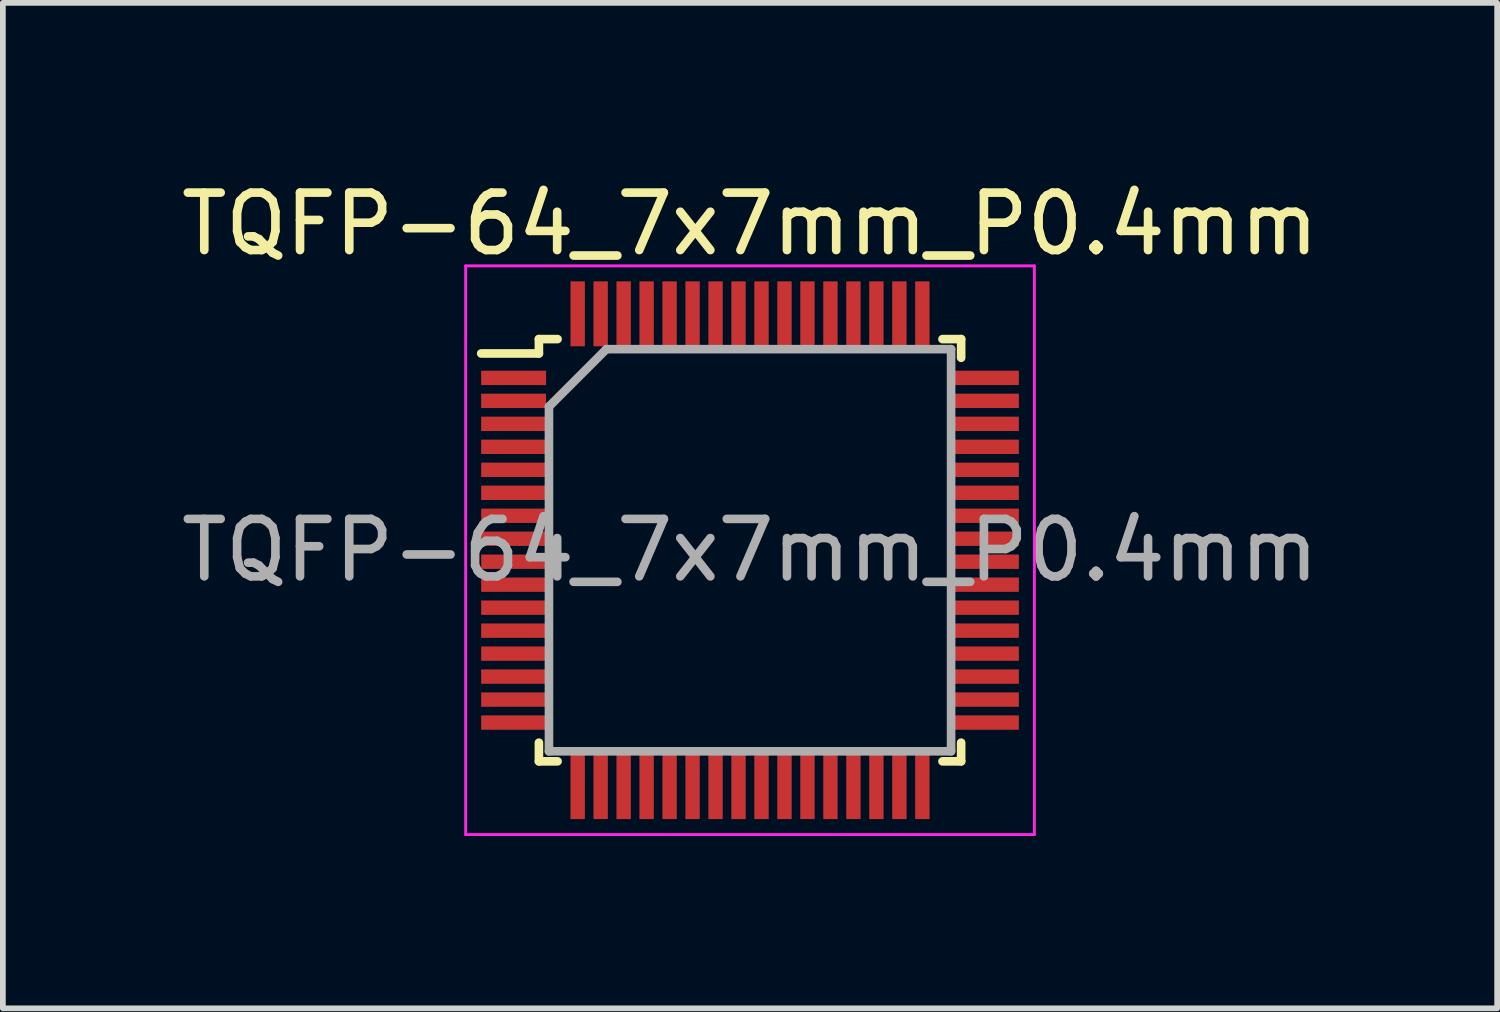
<source format=kicad_pcb>
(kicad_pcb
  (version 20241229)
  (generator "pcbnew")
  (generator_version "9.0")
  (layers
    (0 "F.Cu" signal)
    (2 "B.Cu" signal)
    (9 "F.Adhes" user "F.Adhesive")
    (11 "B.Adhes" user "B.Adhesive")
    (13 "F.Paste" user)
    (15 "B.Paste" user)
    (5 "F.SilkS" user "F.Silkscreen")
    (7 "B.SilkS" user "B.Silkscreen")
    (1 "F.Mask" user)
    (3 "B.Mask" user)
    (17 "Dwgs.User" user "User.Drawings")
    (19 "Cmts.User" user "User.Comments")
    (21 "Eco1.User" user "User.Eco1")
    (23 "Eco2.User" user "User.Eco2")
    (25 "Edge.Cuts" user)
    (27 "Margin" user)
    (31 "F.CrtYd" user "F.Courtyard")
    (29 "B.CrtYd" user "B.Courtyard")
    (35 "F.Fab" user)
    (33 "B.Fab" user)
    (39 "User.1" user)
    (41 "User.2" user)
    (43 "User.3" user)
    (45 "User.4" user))
  (footprint "TQFP-64_7x7mm_P0.4mm"
    (layer "F.Cu")
    (at 10.006 6.528)
    (property "Reference" "TQFP-64_7x7mm_P0.4mm" (at 0 -5.68 0) (layer "F.SilkS") (effects (font (size 1 1) (thickness 0.15))))
    (attr smd)
    (fp_line (start -3.675 -3.675) (end -3.675 -3.425) (stroke (width 0.15) (type solid)) (layer "F.SilkS"))
    (fp_line (start -3.675 -3.675) (end -3.35 -3.675) (stroke (width 0.15) (type solid)) (layer "F.SilkS"))
    (fp_line (start -3.675 -3.425) (end -4.68 -3.425) (stroke (width 0.15) (type solid)) (layer "F.SilkS"))
    (fp_line (start -3.675 3.675) (end -3.675 3.35) (stroke (width 0.15) (type solid)) (layer "F.SilkS"))
    (fp_line (start -3.675 3.675) (end -3.35 3.675) (stroke (width 0.15) (type solid)) (layer "F.SilkS"))
    (fp_line (start 3.675 -3.675) (end 3.35 -3.675) (stroke (width 0.15) (type solid)) (layer "F.SilkS"))
    (fp_line (start 3.675 -3.675) (end 3.675 -3.35) (stroke (width 0.15) (type solid)) (layer "F.SilkS"))
    (fp_line (start 3.675 3.675) (end 3.35 3.675) (stroke (width 0.15) (type solid)) (layer "F.SilkS"))
    (fp_line (start 3.675 3.675) (end 3.675 3.35) (stroke (width 0.15) (type solid)) (layer "F.SilkS"))
    (fp_line (start -4.95 -4.95) (end -4.95 4.95) (stroke (width 0.05) (type solid)) (layer "F.CrtYd"))
    (fp_line (start -4.95 -4.95) (end 4.95 -4.95) (stroke (width 0.05) (type solid)) (layer "F.CrtYd"))
    (fp_line (start -4.95 4.95) (end 4.95 4.95) (stroke (width 0.05) (type solid)) (layer "F.CrtYd"))
    (fp_line (start 4.95 -4.95) (end 4.95 4.95) (stroke (width 0.05) (type solid)) (layer "F.CrtYd"))
    (fp_line (start -3.5 -2.5) (end -2.5 -3.5) (stroke (width 0.15) (type solid)) (layer "F.Fab"))
    (fp_line (start -3.5 3.5) (end -3.5 -2.5) (stroke (width 0.15) (type solid)) (layer "F.Fab"))
    (fp_line (start -2.5 -3.5) (end 3.5 -3.5) (stroke (width 0.15) (type solid)) (layer "F.Fab"))
    (fp_line (start 3.5 -3.5) (end 3.5 3.5) (stroke (width 0.15) (type solid)) (layer "F.Fab"))
    (fp_line (start 3.5 3.5) (end -3.5 3.5) (stroke (width 0.15) (type solid)) (layer "F.Fab"))
    (fp_text user "${REFERENCE}" (at 0 0 0) (layer "F.Fab") (effects (font (size 1 1) (thickness 0.15))))
    (pad "1" smd rect (at -4.115 -3) (size 1.13 0.25) (layers "F.Cu" "F.Mask" "F.Paste"))
    (pad "2" smd rect (at -4.115 -2.6) (size 1.13 0.25) (layers "F.Cu" "F.Mask" "F.Paste"))
    (pad "3" smd rect (at -4.115 -2.2) (size 1.13 0.25) (layers "F.Cu" "F.Mask" "F.Paste"))
    (pad "4" smd rect (at -4.115 -1.8) (size 1.13 0.25) (layers "F.Cu" "F.Mask" "F.Paste"))
    (pad "5" smd rect (at -4.115 -1.4) (size 1.13 0.25) (layers "F.Cu" "F.Mask" "F.Paste"))
    (pad "6" smd rect (at -4.115 -1) (size 1.13 0.25) (layers "F.Cu" "F.Mask" "F.Paste"))
    (pad "7" smd rect (at -4.115 -0.6) (size 1.13 0.25) (layers "F.Cu" "F.Mask" "F.Paste"))
    (pad "8" smd rect (at -4.115 -0.2) (size 1.13 0.25) (layers "F.Cu" "F.Mask" "F.Paste"))
    (pad "9" smd rect (at -4.115 0.2) (size 1.13 0.25) (layers "F.Cu" "F.Mask" "F.Paste"))
    (pad "10" smd rect (at -4.115 0.6) (size 1.13 0.25) (layers "F.Cu" "F.Mask" "F.Paste"))
    (pad "11" smd rect (at -4.115 1) (size 1.13 0.25) (layers "F.Cu" "F.Mask" "F.Paste"))
    (pad "12" smd rect (at -4.115 1.4) (size 1.13 0.25) (layers "F.Cu" "F.Mask" "F.Paste"))
    (pad "13" smd rect (at -4.115 1.8) (size 1.13 0.25) (layers "F.Cu" "F.Mask" "F.Paste"))
    (pad "14" smd rect (at -4.115 2.2) (size 1.13 0.25) (layers "F.Cu" "F.Mask" "F.Paste"))
    (pad "15" smd rect (at -4.115 2.6) (size 1.13 0.25) (layers "F.Cu" "F.Mask" "F.Paste"))
    (pad "16" smd rect (at -4.115 3) (size 1.13 0.25) (layers "F.Cu" "F.Mask" "F.Paste"))
    (pad "17" smd rect (at -3 4.115 90) (size 1.13 0.25) (layers "F.Cu" "F.Mask" "F.Paste"))
    (pad "18" smd rect (at -2.6 4.115 90) (size 1.13 0.25) (layers "F.Cu" "F.Mask" "F.Paste"))
    (pad "19" smd rect (at -2.2 4.115 90) (size 1.13 0.25) (layers "F.Cu" "F.Mask" "F.Paste"))
    (pad "20" smd rect (at -1.8 4.115 90) (size 1.13 0.25) (layers "F.Cu" "F.Mask" "F.Paste"))
    (pad "21" smd rect (at -1.4 4.115 90) (size 1.13 0.25) (layers "F.Cu" "F.Mask" "F.Paste"))
    (pad "22" smd rect (at -1 4.115 90) (size 1.13 0.25) (layers "F.Cu" "F.Mask" "F.Paste"))
    (pad "23" smd rect (at -0.6 4.115 90) (size 1.13 0.25) (layers "F.Cu" "F.Mask" "F.Paste"))
    (pad "24" smd rect (at -0.2 4.115 90) (size 1.13 0.25) (layers "F.Cu" "F.Mask" "F.Paste"))
    (pad "25" smd rect (at 0.2 4.115 90) (size 1.13 0.25) (layers "F.Cu" "F.Mask" "F.Paste"))
    (pad "26" smd rect (at 0.6 4.115 90) (size 1.13 0.25) (layers "F.Cu" "F.Mask" "F.Paste"))
    (pad "27" smd rect (at 1 4.115 90) (size 1.13 0.25) (layers "F.Cu" "F.Mask" "F.Paste"))
    (pad "28" smd rect (at 1.4 4.115 90) (size 1.13 0.25) (layers "F.Cu" "F.Mask" "F.Paste"))
    (pad "29" smd rect (at 1.8 4.115 90) (size 1.13 0.25) (layers "F.Cu" "F.Mask" "F.Paste"))
    (pad "30" smd rect (at 2.2 4.115 90) (size 1.13 0.25) (layers "F.Cu" "F.Mask" "F.Paste"))
    (pad "31" smd rect (at 2.6 4.115 90) (size 1.13 0.25) (layers "F.Cu" "F.Mask" "F.Paste"))
    (pad "32" smd rect (at 3 4.115 90) (size 1.13 0.25) (layers "F.Cu" "F.Mask" "F.Paste"))
    (pad "33" smd rect (at 4.115 3) (size 1.13 0.25) (layers "F.Cu" "F.Mask" "F.Paste"))
    (pad "34" smd rect (at 4.115 2.6) (size 1.13 0.25) (layers "F.Cu" "F.Mask" "F.Paste"))
    (pad "35" smd rect (at 4.115 2.2) (size 1.13 0.25) (layers "F.Cu" "F.Mask" "F.Paste"))
    (pad "36" smd rect (at 4.115 1.8) (size 1.13 0.25) (layers "F.Cu" "F.Mask" "F.Paste"))
    (pad "37" smd rect (at 4.115 1.4) (size 1.13 0.25) (layers "F.Cu" "F.Mask" "F.Paste"))
    (pad "38" smd rect (at 4.115 1) (size 1.13 0.25) (layers "F.Cu" "F.Mask" "F.Paste"))
    (pad "39" smd rect (at 4.115 0.6) (size 1.13 0.25) (layers "F.Cu" "F.Mask" "F.Paste"))
    (pad "40" smd rect (at 4.115 0.2) (size 1.13 0.25) (layers "F.Cu" "F.Mask" "F.Paste"))
    (pad "41" smd rect (at 4.115 -0.2) (size 1.13 0.25) (layers "F.Cu" "F.Mask" "F.Paste"))
    (pad "42" smd rect (at 4.115 -0.6) (size 1.13 0.25) (layers "F.Cu" "F.Mask" "F.Paste"))
    (pad "43" smd rect (at 4.115 -1) (size 1.13 0.25) (layers "F.Cu" "F.Mask" "F.Paste"))
    (pad "44" smd rect (at 4.115 -1.4) (size 1.13 0.25) (layers "F.Cu" "F.Mask" "F.Paste"))
    (pad "45" smd rect (at 4.115 -1.8) (size 1.13 0.25) (layers "F.Cu" "F.Mask" "F.Paste"))
    (pad "46" smd rect (at 4.115 -2.2) (size 1.13 0.25) (layers "F.Cu" "F.Mask" "F.Paste"))
    (pad "47" smd rect (at 4.115 -2.6) (size 1.13 0.25) (layers "F.Cu" "F.Mask" "F.Paste"))
    (pad "48" smd rect (at 4.115 -3) (size 1.13 0.25) (layers "F.Cu" "F.Mask" "F.Paste"))
    (pad "49" smd rect (at 3 -4.115 90) (size 1.13 0.25) (layers "F.Cu" "F.Mask" "F.Paste"))
    (pad "50" smd rect (at 2.6 -4.115 90) (size 1.13 0.25) (layers "F.Cu" "F.Mask" "F.Paste"))
    (pad "51" smd rect (at 2.2 -4.115 90) (size 1.13 0.25) (layers "F.Cu" "F.Mask" "F.Paste"))
    (pad "52" smd rect (at 1.8 -4.115 90) (size 1.13 0.25) (layers "F.Cu" "F.Mask" "F.Paste"))
    (pad "53" smd rect (at 1.4 -4.115 90) (size 1.13 0.25) (layers "F.Cu" "F.Mask" "F.Paste"))
    (pad "54" smd rect (at 1 -4.115 90) (size 1.13 0.25) (layers "F.Cu" "F.Mask" "F.Paste"))
    (pad "55" smd rect (at 0.6 -4.115 90) (size 1.13 0.25) (layers "F.Cu" "F.Mask" "F.Paste"))
    (pad "56" smd rect (at 0.2 -4.115 90) (size 1.13 0.25) (layers "F.Cu" "F.Mask" "F.Paste"))
    (pad "57" smd rect (at -0.2 -4.115 90) (size 1.13 0.25) (layers "F.Cu" "F.Mask" "F.Paste"))
    (pad "58" smd rect (at -0.6 -4.115 90) (size 1.13 0.25) (layers "F.Cu" "F.Mask" "F.Paste"))
    (pad "59" smd rect (at -1 -4.115 90) (size 1.13 0.25) (layers "F.Cu" "F.Mask" "F.Paste"))
    (pad "60" smd rect (at -1.4 -4.115 90) (size 1.13 0.25) (layers "F.Cu" "F.Mask" "F.Paste"))
    (pad "61" smd rect (at -1.8 -4.115 90) (size 1.13 0.25) (layers "F.Cu" "F.Mask" "F.Paste"))
    (pad "62" smd rect (at -2.2 -4.115 90) (size 1.13 0.25) (layers "F.Cu" "F.Mask" "F.Paste"))
    (pad "63" smd rect (at -2.6 -4.115 90) (size 1.13 0.25) (layers "F.Cu" "F.Mask" "F.Paste"))
    (pad "64" smd rect (at -3 -4.115 90) (size 1.13 0.25) (layers "F.Cu" "F.Mask" "F.Paste")))
  (gr_rect
    (start -3 -3)
    (end 23.012 14.503)
    (stroke (width 0.1) (type default))
    (fill no)
    (layer "Edge.Cuts")))
</source>
